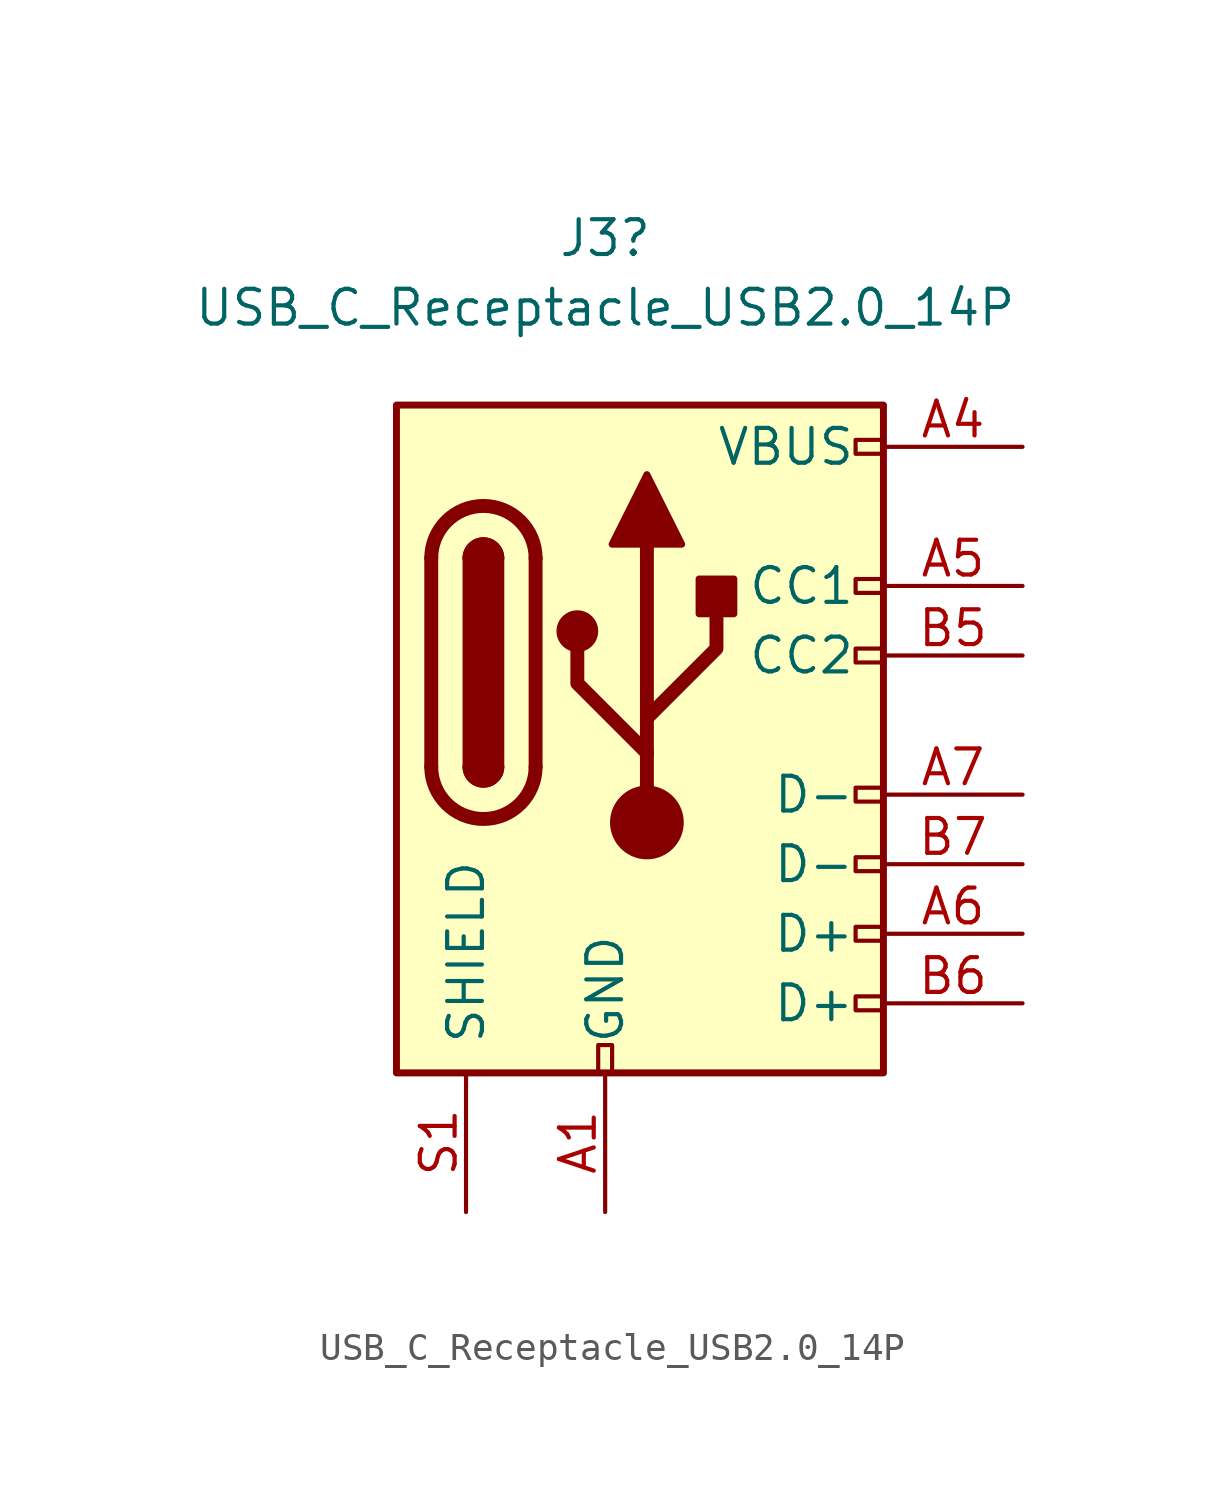
<source format=kicad_sym>
(kicad_symbol_lib
  (version 20241209)
  (generator "kicad_symbol_editor")
  (generator_version "9.0")
  (symbol "USB_C_Receptacle_USB2.0_14P"
    (pin_names
      (offset 1.016))
    (property "Reference" "J3"
      (at 0 22.86 0)
      (effects (font (size 1.27 1.27))))
    (property "Value" "USB_C_Receptacle_USB2.0_14P"
      (at 0 20.32 0)
      (effects (font (size 1.27 1.27))))
    (symbol "USB_C_Receptacle_USB2.0_14P_0_0"
      (rectangle (start -0.254 -7.62) (end 0.254 -6.604) (stroke (width 0) (type default)) (fill (type none)))
      (rectangle (start 10.16 15.494) (end 9.144 14.986) (stroke (width 0) (type default)) (fill (type none)))
      (rectangle (start 10.16 10.414) (end 9.144 9.906) (stroke (width 0) (type default)) (fill (type none)))
      (rectangle (start 10.16 7.874) (end 9.144 7.366) (stroke (width 0) (type default)) (fill (type none)))
      (rectangle (start 10.16 2.794) (end 9.144 2.286) (stroke (width 0) (type default)) (fill (type none)))
      (rectangle (start 10.16 0.254) (end 9.144 -0.254) (stroke (width 0) (type default)) (fill (type none)))
      (rectangle (start 10.16 -2.286) (end 9.144 -2.794) (stroke (width 0) (type default)) (fill (type none)))
      (rectangle (start 10.16 -4.826) (end 9.144 -5.334) (stroke (width 0) (type default)) (fill (type none))))
    (symbol "USB_C_Receptacle_USB2.0_14P_0_1"
      (rectangle (start -7.62 16.764) (end 10.16 -7.62) (stroke (width 0.254) (type default)) (fill (type background)))
      (polyline (pts (xy -6.35 3.556) (xy -6.35 11.176)) (stroke (width 0.508) (type default)) (fill (type none)))
      (rectangle (start -5.08 3.556) (end -3.81 11.176) (stroke (width 0.254) (type default)) (fill (type outline)))
      (arc (start -5.08 11.176) (mid -4.445 11.8083) (end -3.81 11.176) (stroke (width 0.254) (type default)) (fill (type none)))
      (arc (start -5.08 11.176) (mid -4.445 11.8083) (end -3.81 11.176) (stroke (width 0.254) (type default)) (fill (type outline)))
      (arc (start -6.35 11.176) (mid -4.445 13.0727) (end -2.54 11.176) (stroke (width 0.508) (type default)) (fill (type none)))
      (arc (start -2.54 3.556) (mid -4.445 1.6593) (end -6.35 3.556) (stroke (width 0.508) (type default)) (fill (type none)))
      (arc (start -3.81 3.556) (mid -4.445 2.9237) (end -5.08 3.556) (stroke (width 0.254) (type default)) (fill (type none)))
      (arc (start -3.81 3.556) (mid -4.445 2.9237) (end -5.08 3.556) (stroke (width 0.254) (type default)) (fill (type outline)))
      (polyline (pts (xy -2.54 11.176) (xy -2.54 3.556)) (stroke (width 0.508) (type default)) (fill (type none)))
      (circle (center -1.016 8.509) (radius 0.635) (stroke (width 0.254) (type default)) (fill (type outline)))
      (polyline (pts (xy 0.254 11.684) (xy 1.524 14.224) (xy 2.794 11.684) (xy 0.254 11.684)) (stroke (width 0.254) (type default)) (fill (type outline)))
      (polyline (pts (xy 1.524 5.334) (xy 4.064 7.874) (xy 4.064 9.144)) (stroke (width 0.508) (type default)) (fill (type none)))
      (polyline (pts (xy 1.524 4.064) (xy -1.016 6.604) (xy -1.016 7.874)) (stroke (width 0.508) (type default)) (fill (type none)))
      (polyline (pts (xy 1.524 1.524) (xy 1.524 11.684)) (stroke (width 0.508) (type default)) (fill (type none)))
      (circle (center 1.524 1.524) (radius 1.27) (stroke (width 0) (type default)) (fill (type outline)))
      (rectangle (start 3.429 9.144) (end 4.699 10.414) (stroke (width 0.254) (type default)) (fill (type outline))))
    (symbol "USB_C_Receptacle_USB2.0_14P_1_1"
      (pin passive line (at -5.08 -12.7 90) (length 5.08) (name "SHIELD" (effects (font (size 1.27 1.27)))) (number "S1" (effects (font (size 1.27 1.27)))))
      (pin passive line (at 0 -12.7 90) (length 5.08) (name "GND" (effects (font (size 1.27 1.27)))) (number "A1" (effects (font (size 1.27 1.27)))))
      (pin passive line (at 0 -12.7 90) (length 5.08) (hide yes) (name "GND" (effects (font (size 1.27 1.27)))) (number "A12" (effects (font (size 1.27 1.27)))))
      (pin passive line (at 0 -12.7 90) (length 5.08) (hide yes) (name "GND" (effects (font (size 1.27 1.27)))) (number "B1" (effects (font (size 1.27 1.27)))))
      (pin passive line (at 0 -12.7 90) (length 5.08) (hide yes) (name "GND" (effects (font (size 1.27 1.27)))) (number "B12" (effects (font (size 1.27 1.27)))))
      (pin passive line (at 15.24 15.24 180) (length 5.08) (name "VBUS" (effects (font (size 1.27 1.27)))) (number "A4" (effects (font (size 1.27 1.27)))))
      (pin passive line (at 15.24 15.24 180) (length 5.08) (hide yes) (name "VBUS" (effects (font (size 1.27 1.27)))) (number "A9" (effects (font (size 1.27 1.27)))))
      (pin passive line (at 15.24 15.24 180) (length 5.08) (hide yes) (name "VBUS" (effects (font (size 1.27 1.27)))) (number "B4" (effects (font (size 1.27 1.27)))))
      (pin passive line (at 15.24 15.24 180) (length 5.08) (hide yes) (name "VBUS" (effects (font (size 1.27 1.27)))) (number "B9" (effects (font (size 1.27 1.27)))))
      (pin bidirectional line (at 15.24 10.16 180) (length 5.08) (name "CC1" (effects (font (size 1.27 1.27)))) (number "A5" (effects (font (size 1.27 1.27)))))
      (pin bidirectional line (at 15.24 7.62 180) (length 5.08) (name "CC2" (effects (font (size 1.27 1.27)))) (number "B5" (effects (font (size 1.27 1.27)))))
      (pin bidirectional line (at 15.24 2.54 180) (length 5.08) (name "D-" (effects (font (size 1.27 1.27)))) (number "A7" (effects (font (size 1.27 1.27)))))
      (pin bidirectional line (at 15.24 0 180) (length 5.08) (name "D-" (effects (font (size 1.27 1.27)))) (number "B7" (effects (font (size 1.27 1.27)))))
      (pin bidirectional line (at 15.24 -2.54 180) (length 5.08) (name "D+" (effects (font (size 1.27 1.27)))) (number "A6" (effects (font (size 1.27 1.27)))))
      (pin bidirectional line (at 15.24 -5.08 180) (length 5.08) (name "D+" (effects (font (size 1.27 1.27)))) (number "B6" (effects (font (size 1.27 1.27))))))))
</source>
